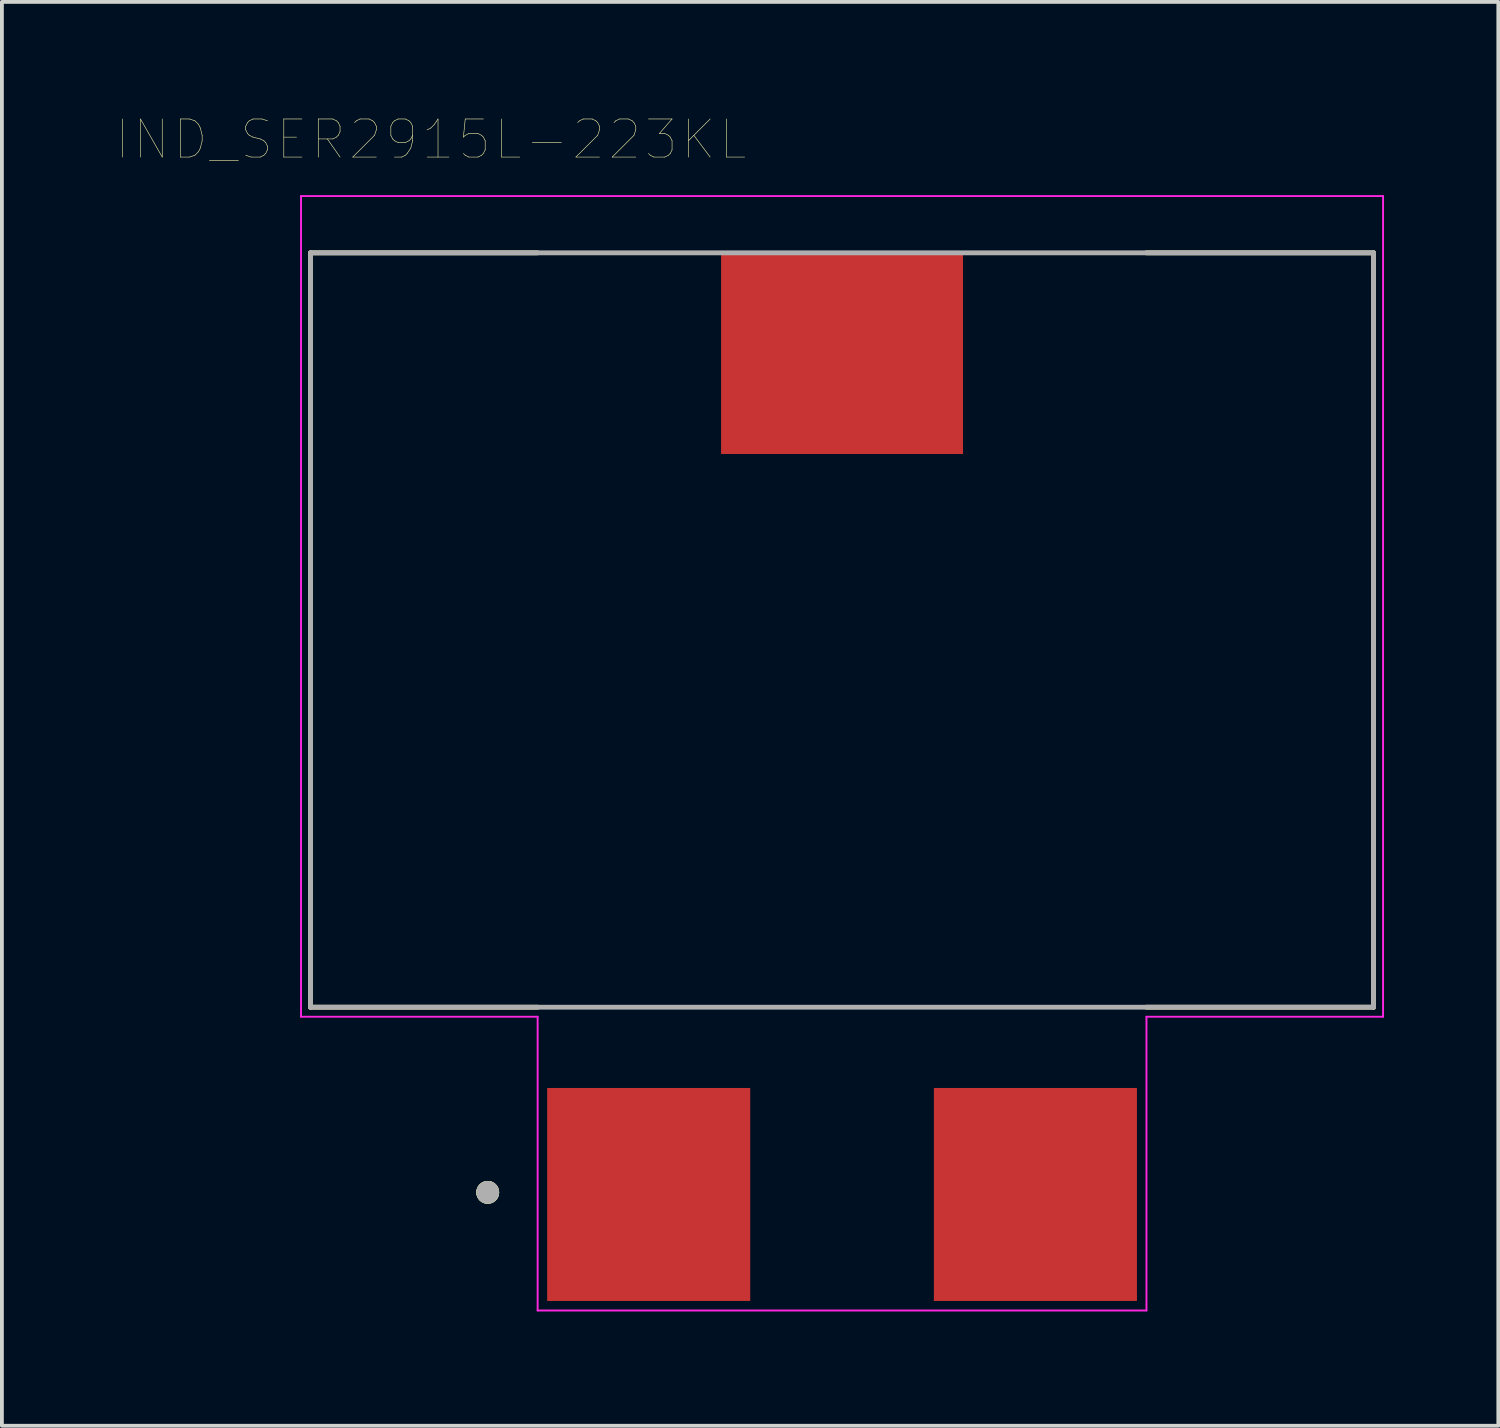
<source format=kicad_pcb>
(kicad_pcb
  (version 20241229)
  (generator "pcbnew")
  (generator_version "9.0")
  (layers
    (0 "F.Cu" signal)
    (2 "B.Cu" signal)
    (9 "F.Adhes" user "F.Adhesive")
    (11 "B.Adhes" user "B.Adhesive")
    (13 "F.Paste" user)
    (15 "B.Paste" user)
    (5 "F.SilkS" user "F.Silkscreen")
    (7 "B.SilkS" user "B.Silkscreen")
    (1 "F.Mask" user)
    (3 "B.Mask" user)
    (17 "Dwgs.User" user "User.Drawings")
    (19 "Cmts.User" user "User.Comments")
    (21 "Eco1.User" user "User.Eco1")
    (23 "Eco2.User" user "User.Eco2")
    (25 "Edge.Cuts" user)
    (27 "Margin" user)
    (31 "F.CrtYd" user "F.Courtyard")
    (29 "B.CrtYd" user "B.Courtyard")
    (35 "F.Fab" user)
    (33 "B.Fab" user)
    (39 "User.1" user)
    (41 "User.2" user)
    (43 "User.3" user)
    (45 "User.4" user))
  (footprint "IND_SER2915L-223KL"
    (layer "F.Cu")
    (at 19.051 13.946)
    (property "Reference" "IND_SER2915L-223KL" (at -10.795 -13.335 0) (layer "F.SilkS") (effects (font (size 1 1) (thickness 0.015))))
    (attr through_hole)
    (fp_line (start -13.95 -10.36) (end -7.99 -10.36) (stroke (width 0.127) (type solid)) (layer "F.SilkS"))
    (fp_line (start -13.95 9.44) (end -13.95 -10.36) (stroke (width 0.127) (type solid)) (layer "F.SilkS"))
    (fp_line (start -7.99 9.44) (end -13.95 9.44) (stroke (width 0.127) (type solid)) (layer "F.SilkS"))
    (fp_line (start 7.99 -10.36) (end 13.95 -10.36) (stroke (width 0.127) (type solid)) (layer "F.SilkS"))
    (fp_line (start 13.95 -10.36) (end 13.95 9.44) (stroke (width 0.127) (type solid)) (layer "F.SilkS"))
    (fp_line (start 13.95 9.44) (end 7.99 9.44) (stroke (width 0.127) (type solid)) (layer "F.SilkS"))
    (fp_circle (center -9.3 14.3) (end -9.15 14.3) (stroke (width 0.3) (type solid)) (fill no) (layer "F.SilkS"))
    (fp_circle (center -9.3 14.3) (end -9.15 14.3) (stroke (width 0.3) (type solid)) (fill no) (layer "F.SilkS"))
    (fp_line (start -14.2 -11.85) (end 14.2 -11.85) (stroke (width 0.05) (type solid)) (layer "F.CrtYd"))
    (fp_line (start -14.2 9.69) (end -14.2 -11.85) (stroke (width 0.05) (type solid)) (layer "F.CrtYd"))
    (fp_line (start -7.99 9.69) (end -14.2 9.69) (stroke (width 0.05) (type solid)) (layer "F.CrtYd"))
    (fp_line (start -7.99 17.4) (end -7.99 9.69) (stroke (width 0.05) (type solid)) (layer "F.CrtYd"))
    (fp_line (start 7.99 9.69) (end 7.99 17.4) (stroke (width 0.05) (type solid)) (layer "F.CrtYd"))
    (fp_line (start 7.99 17.4) (end -7.99 17.4) (stroke (width 0.05) (type solid)) (layer "F.CrtYd"))
    (fp_line (start 14.2 -11.85) (end 14.2 9.69) (stroke (width 0.05) (type solid)) (layer "F.CrtYd"))
    (fp_line (start 14.2 9.69) (end 7.99 9.69) (stroke (width 0.05) (type solid)) (layer "F.CrtYd"))
    (fp_line (start -13.95 -10.36) (end 13.95 -10.36) (stroke (width 0.127) (type solid)) (layer "F.Fab"))
    (fp_line (start -13.95 9.44) (end -13.95 -10.36) (stroke (width 0.127) (type solid)) (layer "F.Fab"))
    (fp_line (start 13.95 -10.36) (end 13.95 9.44) (stroke (width 0.127) (type solid)) (layer "F.Fab"))
    (fp_line (start 13.95 9.44) (end -13.95 9.44) (stroke (width 0.127) (type solid)) (layer "F.Fab"))
    (fp_circle (center -9.3 14.3) (end -9.15 14.3) (stroke (width 0.3) (type solid)) (fill no) (layer "F.Fab"))
    (pad "1" smd rect (at -5.075 14.355) (size 5.33 5.59) (layers "F.Cu" "F.Mask" "F.Paste"))
    (pad "2" smd rect (at 5.075 14.355) (size 5.33 5.59) (layers "F.Cu" "F.Mask" "F.Paste"))
    (pad "3" smd rect (at 0 -7.72) (size 6.35 5.28) (layers "F.Cu" "F.Mask" "F.Paste")))
  (gr_rect
    (start -3 -3)
    (end 36.276 34.371)
    (stroke (width 0.1) (type default))
    (fill no)
    (layer "Edge.Cuts")))
</source>
